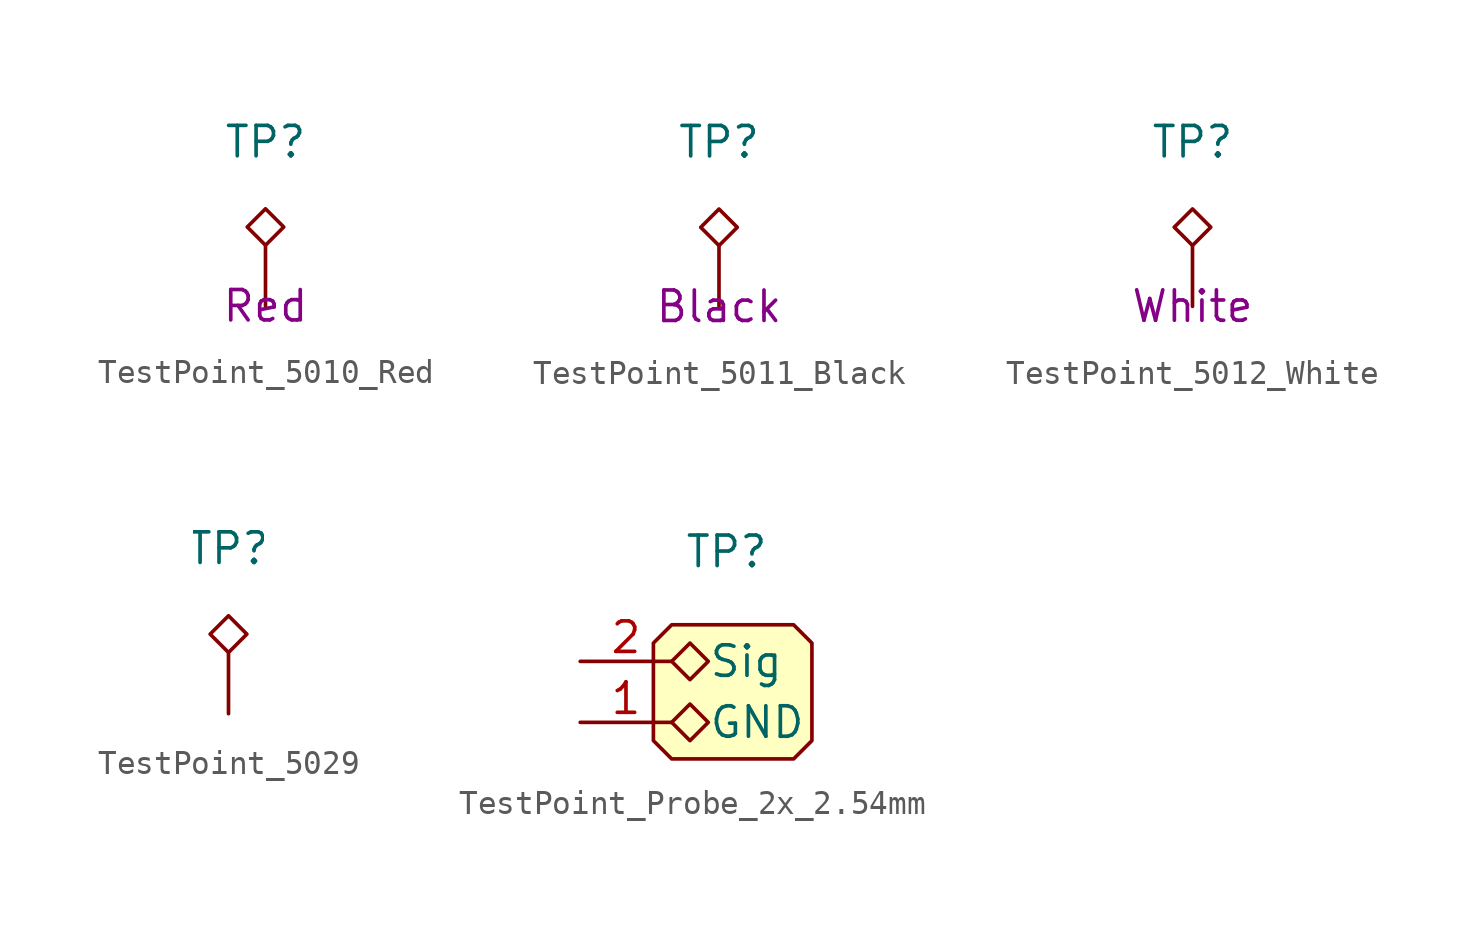
<source format=kicad_sym>
(kicad_symbol_lib
  (version 20241209)
  (generator "kicad_symbol_editor")
  (generator_version "9.0")
  (symbol "TestPoint_5010_Red"
    (pin_numbers
      (hide yes))
    (pin_names
      (offset 0.762)
      (hide yes))
    (property "Reference" "TP"
      (at 0 6.858 0)
      (effects (font (size 1.27 1.27))))
    (property "Color" "Red"
      (at 0 0 0)
      (effects (font (size 1.27 1.27))))
    (symbol "TestPoint_5010_Red_0_1"
      (polyline (pts (xy 0 2.54) (xy -0.762 3.302) (xy 0 4.064) (xy 0.762 3.302) (xy 0 2.54)) (stroke (width 0) (type default)) (fill (type none))))
    (symbol "TestPoint_5010_Red_1_1"
      (pin passive line (at 0 0 90) (length 2.54) (name "1" (effects (font (size 1.27 1.27)))) (number "1" (effects (font (size 1.27 1.27)))))))
  (symbol "TestPoint_5011_Black"
    (pin_numbers
      (hide yes))
    (pin_names
      (offset 0.762)
      (hide yes))
    (property "Reference" "TP"
      (at 0 6.858 0)
      (effects (font (size 1.27 1.27))))
    (property "Color" "Black"
      (at 0 0 0)
      (effects (font (size 1.27 1.27))))
    (symbol "TestPoint_5011_Black_0_1"
      (polyline (pts (xy 0 2.54) (xy -0.762 3.302) (xy 0 4.064) (xy 0.762 3.302) (xy 0 2.54)) (stroke (width 0) (type default)) (fill (type none))))
    (symbol "TestPoint_5011_Black_1_1"
      (pin passive line (at 0 0 90) (length 2.54) (name "1" (effects (font (size 1.27 1.27)))) (number "1" (effects (font (size 1.27 1.27)))))))
  (symbol "TestPoint_5012_White"
    (pin_numbers
      (hide yes))
    (pin_names
      (offset 0.762)
      (hide yes))
    (property "Reference" "TP"
      (at 0 6.858 0)
      (effects (font (size 1.27 1.27))))
    (property "Color" "White"
      (at 0 0 0)
      (effects (font (size 1.27 1.27))))
    (symbol "TestPoint_5012_White_0_1"
      (polyline (pts (xy 0 2.54) (xy -0.762 3.302) (xy 0 4.064) (xy 0.762 3.302) (xy 0 2.54)) (stroke (width 0) (type default)) (fill (type none))))
    (symbol "TestPoint_5012_White_1_1"
      (pin passive line (at 0 0 90) (length 2.54) (name "1" (effects (font (size 1.27 1.27)))) (number "1" (effects (font (size 1.27 1.27)))))))
  (symbol "TestPoint_5029"
    (pin_numbers
      (hide yes))
    (pin_names
      (offset 0.762)
      (hide yes))
    (property "Reference" "TP"
      (at 0 6.858 0)
      (effects (font (size 1.27 1.27))))
    (symbol "TestPoint_5029_0_1"
      (polyline (pts (xy 0 2.54) (xy -0.762 3.302) (xy 0 4.064) (xy 0.762 3.302) (xy 0 2.54)) (stroke (width 0) (type default)) (fill (type none))))
    (symbol "TestPoint_5029_1_1"
      (pin passive line (at 0 0 90) (length 2.54) (name "1" (effects (font (size 1.27 1.27)))) (number "1" (effects (font (size 1.27 1.27)))))))
  (symbol "TestPoint_Probe_2x_2.54mm"
    (pin_names
      (offset 1.524))
    (property "Reference" "TP"
      (at 2.286 5.842 0)
      (effects (font (size 1.27 1.27))))
    (symbol "TestPoint_Probe_2x_2.54mm_0_1"
      (polyline (pts (xy 0.762 0.508) (xy 0 1.27) (xy 0.762 2.032) (xy 1.524 1.27) (xy 0.762 0.508)) (stroke (width 0) (type default)) (fill (type none)))
      (polyline (pts (xy 0.762 -2.032) (xy 0 -1.27) (xy 0.762 -0.508) (xy 1.524 -1.27) (xy 0.762 -2.032)) (stroke (width 0) (type default)) (fill (type none))))
    (symbol "TestPoint_Probe_2x_2.54mm_1_1"
      (polyline (pts (xy -0.762 2.032) (xy -0.762 -2.032) (xy 0 -2.794) (xy 5.08 -2.794) (xy 5.842 -2.032) (xy 5.842 2.032) (xy 5.08 2.794) (xy 0 2.794) (xy -0.762 2.032)) (stroke (width 0) (type solid)) (fill (type background)))
      (pin passive line (at -3.81 1.27 0) (length 3.81) (name "Sig" (effects (font (size 1.27 1.27)))) (number "2" (effects (font (size 1.27 1.27)))))
      (pin passive line (at -3.81 -1.27 0) (length 3.81) (name "GND" (effects (font (size 1.27 1.27)))) (number "1" (effects (font (size 1.27 1.27))))))))
</source>
